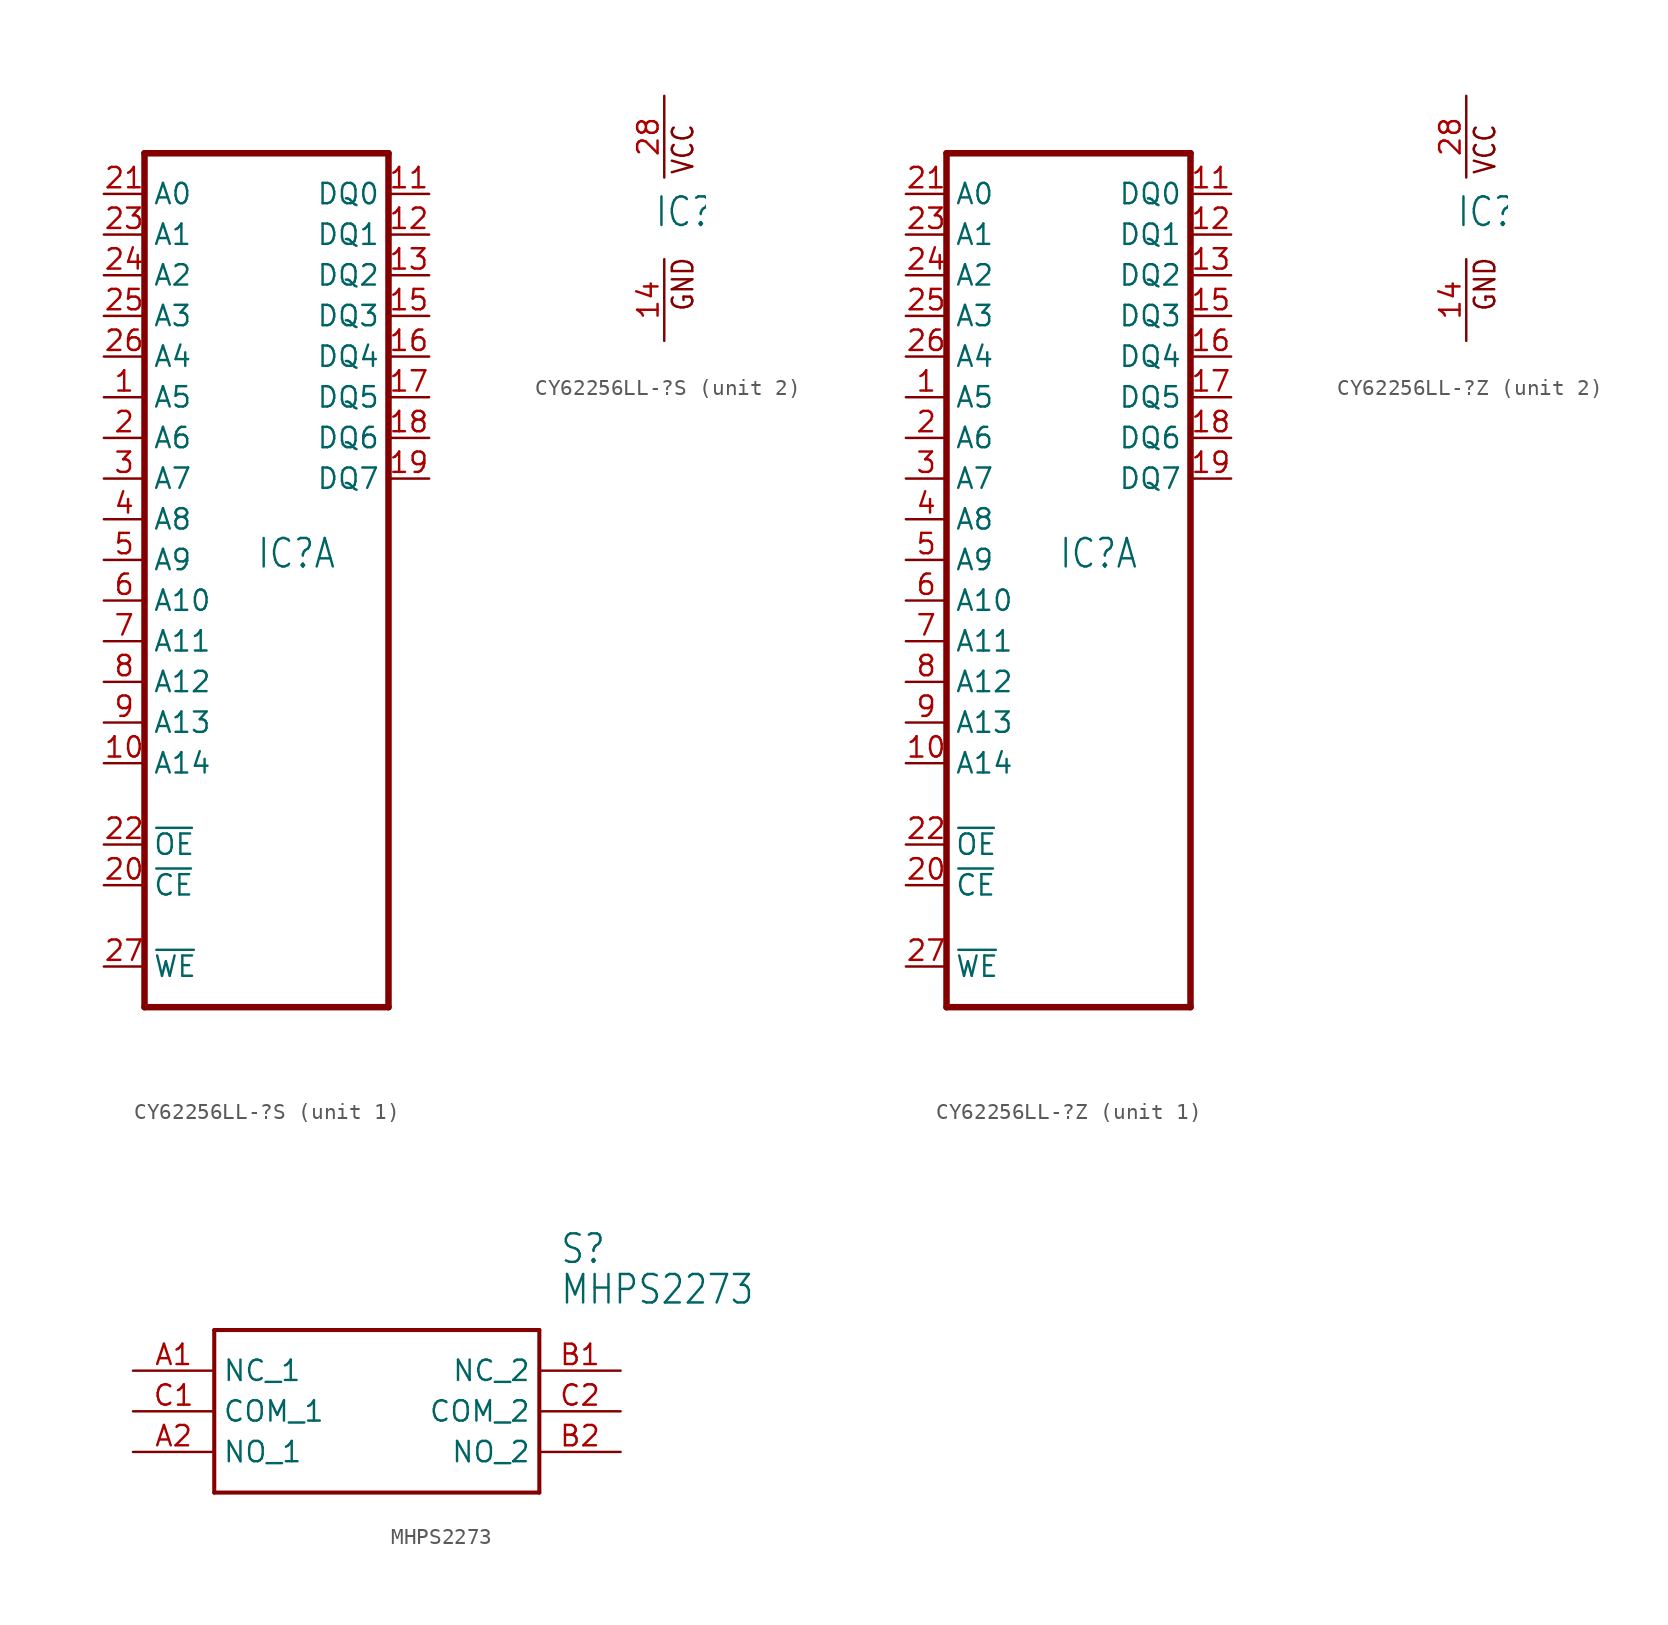
<source format=kicad_sym>
(kicad_symbol_lib
  (version 20211014)
  (generator kicad_symbol_editor)
  (symbol "CY62256LL-?S"
    (property "Reference" "IC"
      (at -0.635 -0.635 0)
      (effects (font (size 1.778 1.511)) (justify left bottom)))
    (property "ki_locked" ""
      (at 0 0 0)
      (effects (font (size 1.27 1.27))))
    (symbol "CY62256LL-?S_1_0"
      (polyline (pts (xy -7.62 25.4) (xy -7.62 -27.94)) (stroke (width 0.406) (type default) (color 0 0 0 0)) (fill (type none)))
      (polyline (pts (xy -7.62 25.4) (xy 7.62 25.4)) (stroke (width 0.406) (type default) (color 0 0 0 0)) (fill (type none)))
      (polyline (pts (xy 7.62 -27.94) (xy -7.62 -27.94)) (stroke (width 0.406) (type default) (color 0 0 0 0)) (fill (type none)))
      (polyline (pts (xy 7.62 -27.94) (xy 7.62 25.4)) (stroke (width 0.406) (type default) (color 0 0 0 0)) (fill (type none)))
      (pin input line (at -10.16 10.16 0) (length 2.54) (name "A5" (effects (font (size 1.27 1.27)))) (number "1" (effects (font (size 1.27 1.27)))))
      (pin input line (at -10.16 -12.7 0) (length 2.54) (name "A14" (effects (font (size 1.27 1.27)))) (number "10" (effects (font (size 1.27 1.27)))))
      (pin bidirectional line (at 10.16 22.86 180) (length 2.54) (name "DQ0" (effects (font (size 1.27 1.27)))) (number "11" (effects (font (size 1.27 1.27)))))
      (pin bidirectional line (at 10.16 20.32 180) (length 2.54) (name "DQ1" (effects (font (size 1.27 1.27)))) (number "12" (effects (font (size 1.27 1.27)))))
      (pin bidirectional line (at 10.16 17.78 180) (length 2.54) (name "DQ2" (effects (font (size 1.27 1.27)))) (number "13" (effects (font (size 1.27 1.27)))))
      (pin bidirectional line (at 10.16 15.24 180) (length 2.54) (name "DQ3" (effects (font (size 1.27 1.27)))) (number "15" (effects (font (size 1.27 1.27)))))
      (pin bidirectional line (at 10.16 12.7 180) (length 2.54) (name "DQ4" (effects (font (size 1.27 1.27)))) (number "16" (effects (font (size 1.27 1.27)))))
      (pin bidirectional line (at 10.16 10.16 180) (length 2.54) (name "DQ5" (effects (font (size 1.27 1.27)))) (number "17" (effects (font (size 1.27 1.27)))))
      (pin bidirectional line (at 10.16 7.62 180) (length 2.54) (name "DQ6" (effects (font (size 1.27 1.27)))) (number "18" (effects (font (size 1.27 1.27)))))
      (pin bidirectional line (at 10.16 5.08 180) (length 2.54) (name "DQ7" (effects (font (size 1.27 1.27)))) (number "19" (effects (font (size 1.27 1.27)))))
      (pin input line (at -10.16 7.62 0) (length 2.54) (name "A6" (effects (font (size 1.27 1.27)))) (number "2" (effects (font (size 1.27 1.27)))))
      (pin input line (at -10.16 -20.32 0) (length 2.54) (name "~{CE}" (effects (font (size 1.27 1.27)))) (number "20" (effects (font (size 1.27 1.27)))))
      (pin input line (at -10.16 22.86 0) (length 2.54) (name "A0" (effects (font (size 1.27 1.27)))) (number "21" (effects (font (size 1.27 1.27)))))
      (pin input line (at -10.16 -17.78 0) (length 2.54) (name "~{OE}" (effects (font (size 1.27 1.27)))) (number "22" (effects (font (size 1.27 1.27)))))
      (pin input line (at -10.16 20.32 0) (length 2.54) (name "A1" (effects (font (size 1.27 1.27)))) (number "23" (effects (font (size 1.27 1.27)))))
      (pin input line (at -10.16 17.78 0) (length 2.54) (name "A2" (effects (font (size 1.27 1.27)))) (number "24" (effects (font (size 1.27 1.27)))))
      (pin input line (at -10.16 15.24 0) (length 2.54) (name "A3" (effects (font (size 1.27 1.27)))) (number "25" (effects (font (size 1.27 1.27)))))
      (pin input line (at -10.16 12.7 0) (length 2.54) (name "A4" (effects (font (size 1.27 1.27)))) (number "26" (effects (font (size 1.27 1.27)))))
      (pin input line (at -10.16 -25.4 0) (length 2.54) (name "~{WE}" (effects (font (size 1.27 1.27)))) (number "27" (effects (font (size 1.27 1.27)))))
      (pin input line (at -10.16 5.08 0) (length 2.54) (name "A7" (effects (font (size 1.27 1.27)))) (number "3" (effects (font (size 1.27 1.27)))))
      (pin input line (at -10.16 2.54 0) (length 2.54) (name "A8" (effects (font (size 1.27 1.27)))) (number "4" (effects (font (size 1.27 1.27)))))
      (pin input line (at -10.16 0 0) (length 2.54) (name "A9" (effects (font (size 1.27 1.27)))) (number "5" (effects (font (size 1.27 1.27)))))
      (pin input line (at -10.16 -2.54 0) (length 2.54) (name "A10" (effects (font (size 1.27 1.27)))) (number "6" (effects (font (size 1.27 1.27)))))
      (pin input line (at -10.16 -5.08 0) (length 2.54) (name "A11" (effects (font (size 1.27 1.27)))) (number "7" (effects (font (size 1.27 1.27)))))
      (pin input line (at -10.16 -7.62 0) (length 2.54) (name "A12" (effects (font (size 1.27 1.27)))) (number "8" (effects (font (size 1.27 1.27)))))
      (pin input line (at -10.16 -10.16 0) (length 2.54) (name "A13" (effects (font (size 1.27 1.27)))) (number "9" (effects (font (size 1.27 1.27))))))
    (symbol "CY62256LL-?S_2_0"
      (text "GND" (at 1.905 -5.842 900) (effects (font (size 1.27 1.079)) (justify left bottom)))
      (text "VCC" (at 1.905 2.667 900) (effects (font (size 1.27 1.079)) (justify left bottom)))
      (pin power_in line (at 0 -7.62 90) (length 5.08) (name "GND" (effects (font (size 0 0)))) (number "14" (effects (font (size 1.27 1.27)))))
      (pin power_in line (at 0 7.62 270) (length 5.08) (name "VCC" (effects (font (size 0 0)))) (number "28" (effects (font (size 1.27 1.27)))))))
  (symbol "CY62256LL-?Z"
    (property "Reference" "IC"
      (at -0.635 -0.635 0)
      (effects (font (size 1.778 1.511)) (justify left bottom)))
    (property "ki_locked" ""
      (at 0 0 0)
      (effects (font (size 1.27 1.27))))
    (symbol "CY62256LL-?Z_1_0"
      (polyline (pts (xy -7.62 25.4) (xy -7.62 -27.94)) (stroke (width 0.406) (type default) (color 0 0 0 0)) (fill (type none)))
      (polyline (pts (xy -7.62 25.4) (xy 7.62 25.4)) (stroke (width 0.406) (type default) (color 0 0 0 0)) (fill (type none)))
      (polyline (pts (xy 7.62 -27.94) (xy -7.62 -27.94)) (stroke (width 0.406) (type default) (color 0 0 0 0)) (fill (type none)))
      (polyline (pts (xy 7.62 -27.94) (xy 7.62 25.4)) (stroke (width 0.406) (type default) (color 0 0 0 0)) (fill (type none)))
      (pin input line (at -10.16 10.16 0) (length 2.54) (name "A5" (effects (font (size 1.27 1.27)))) (number "1" (effects (font (size 1.27 1.27)))))
      (pin input line (at -10.16 -12.7 0) (length 2.54) (name "A14" (effects (font (size 1.27 1.27)))) (number "10" (effects (font (size 1.27 1.27)))))
      (pin bidirectional line (at 10.16 22.86 180) (length 2.54) (name "DQ0" (effects (font (size 1.27 1.27)))) (number "11" (effects (font (size 1.27 1.27)))))
      (pin bidirectional line (at 10.16 20.32 180) (length 2.54) (name "DQ1" (effects (font (size 1.27 1.27)))) (number "12" (effects (font (size 1.27 1.27)))))
      (pin bidirectional line (at 10.16 17.78 180) (length 2.54) (name "DQ2" (effects (font (size 1.27 1.27)))) (number "13" (effects (font (size 1.27 1.27)))))
      (pin bidirectional line (at 10.16 15.24 180) (length 2.54) (name "DQ3" (effects (font (size 1.27 1.27)))) (number "15" (effects (font (size 1.27 1.27)))))
      (pin bidirectional line (at 10.16 12.7 180) (length 2.54) (name "DQ4" (effects (font (size 1.27 1.27)))) (number "16" (effects (font (size 1.27 1.27)))))
      (pin bidirectional line (at 10.16 10.16 180) (length 2.54) (name "DQ5" (effects (font (size 1.27 1.27)))) (number "17" (effects (font (size 1.27 1.27)))))
      (pin bidirectional line (at 10.16 7.62 180) (length 2.54) (name "DQ6" (effects (font (size 1.27 1.27)))) (number "18" (effects (font (size 1.27 1.27)))))
      (pin bidirectional line (at 10.16 5.08 180) (length 2.54) (name "DQ7" (effects (font (size 1.27 1.27)))) (number "19" (effects (font (size 1.27 1.27)))))
      (pin input line (at -10.16 7.62 0) (length 2.54) (name "A6" (effects (font (size 1.27 1.27)))) (number "2" (effects (font (size 1.27 1.27)))))
      (pin input line (at -10.16 -20.32 0) (length 2.54) (name "~{CE}" (effects (font (size 1.27 1.27)))) (number "20" (effects (font (size 1.27 1.27)))))
      (pin input line (at -10.16 22.86 0) (length 2.54) (name "A0" (effects (font (size 1.27 1.27)))) (number "21" (effects (font (size 1.27 1.27)))))
      (pin input line (at -10.16 -17.78 0) (length 2.54) (name "~{OE}" (effects (font (size 1.27 1.27)))) (number "22" (effects (font (size 1.27 1.27)))))
      (pin input line (at -10.16 20.32 0) (length 2.54) (name "A1" (effects (font (size 1.27 1.27)))) (number "23" (effects (font (size 1.27 1.27)))))
      (pin input line (at -10.16 17.78 0) (length 2.54) (name "A2" (effects (font (size 1.27 1.27)))) (number "24" (effects (font (size 1.27 1.27)))))
      (pin input line (at -10.16 15.24 0) (length 2.54) (name "A3" (effects (font (size 1.27 1.27)))) (number "25" (effects (font (size 1.27 1.27)))))
      (pin input line (at -10.16 12.7 0) (length 2.54) (name "A4" (effects (font (size 1.27 1.27)))) (number "26" (effects (font (size 1.27 1.27)))))
      (pin input line (at -10.16 -25.4 0) (length 2.54) (name "~{WE}" (effects (font (size 1.27 1.27)))) (number "27" (effects (font (size 1.27 1.27)))))
      (pin input line (at -10.16 5.08 0) (length 2.54) (name "A7" (effects (font (size 1.27 1.27)))) (number "3" (effects (font (size 1.27 1.27)))))
      (pin input line (at -10.16 2.54 0) (length 2.54) (name "A8" (effects (font (size 1.27 1.27)))) (number "4" (effects (font (size 1.27 1.27)))))
      (pin input line (at -10.16 0 0) (length 2.54) (name "A9" (effects (font (size 1.27 1.27)))) (number "5" (effects (font (size 1.27 1.27)))))
      (pin input line (at -10.16 -2.54 0) (length 2.54) (name "A10" (effects (font (size 1.27 1.27)))) (number "6" (effects (font (size 1.27 1.27)))))
      (pin input line (at -10.16 -5.08 0) (length 2.54) (name "A11" (effects (font (size 1.27 1.27)))) (number "7" (effects (font (size 1.27 1.27)))))
      (pin input line (at -10.16 -7.62 0) (length 2.54) (name "A12" (effects (font (size 1.27 1.27)))) (number "8" (effects (font (size 1.27 1.27)))))
      (pin input line (at -10.16 -10.16 0) (length 2.54) (name "A13" (effects (font (size 1.27 1.27)))) (number "9" (effects (font (size 1.27 1.27))))))
    (symbol "CY62256LL-?Z_2_0"
      (text "GND" (at 1.905 -5.842 900) (effects (font (size 1.27 1.079)) (justify left bottom)))
      (text "VCC" (at 1.905 2.667 900) (effects (font (size 1.27 1.079)) (justify left bottom)))
      (pin power_in line (at 0 -7.62 90) (length 5.08) (name "GND" (effects (font (size 0 0)))) (number "14" (effects (font (size 1.27 1.27)))))
      (pin power_in line (at 0 7.62 270) (length 5.08) (name "VCC" (effects (font (size 0 0)))) (number "28" (effects (font (size 1.27 1.27)))))))
  (symbol "MHPS2273"
    (property "Reference" "S"
      (at 26.67 7.62 0)
      (effects (font (size 1.778 1.511)) (justify left)))
    (property "Value" "MHPS2273"
      (at 26.67 5.08 0)
      (effects (font (size 1.778 1.511)) (justify left)))
    (property "ki_locked" ""
      (at 0 0 0)
      (effects (font (size 1.27 1.27))))
    (symbol "MHPS2273_1_0"
      (polyline (pts (xy 5.08 2.54) (xy 5.08 -7.62)) (stroke (width 0.254) (type default) (color 0 0 0 0)) (fill (type none)))
      (polyline (pts (xy 5.08 2.54) (xy 25.4 2.54)) (stroke (width 0.254) (type default) (color 0 0 0 0)) (fill (type none)))
      (polyline (pts (xy 25.4 -7.62) (xy 5.08 -7.62)) (stroke (width 0.254) (type default) (color 0 0 0 0)) (fill (type none)))
      (polyline (pts (xy 25.4 -7.62) (xy 25.4 2.54)) (stroke (width 0.254) (type default) (color 0 0 0 0)) (fill (type none)))
      (pin bidirectional line (at 0 0 0) (length 5.08) (name "NC_1" (effects (font (size 1.27 1.27)))) (number "A1" (effects (font (size 1.27 1.27)))))
      (pin bidirectional line (at 0 -5.08 0) (length 5.08) (name "NO_1" (effects (font (size 1.27 1.27)))) (number "A2" (effects (font (size 1.27 1.27)))))
      (pin bidirectional line (at 30.48 0 180) (length 5.08) (name "NC_2" (effects (font (size 1.27 1.27)))) (number "B1" (effects (font (size 1.27 1.27)))))
      (pin bidirectional line (at 30.48 -5.08 180) (length 5.08) (name "NO_2" (effects (font (size 1.27 1.27)))) (number "B2" (effects (font (size 1.27 1.27)))))
      (pin bidirectional line (at 0 -2.54 0) (length 5.08) (name "COM_1" (effects (font (size 1.27 1.27)))) (number "C1" (effects (font (size 1.27 1.27)))))
      (pin bidirectional line (at 30.48 -2.54 180) (length 5.08) (name "COM_2" (effects (font (size 1.27 1.27)))) (number "C2" (effects (font (size 1.27 1.27))))))))
</source>
